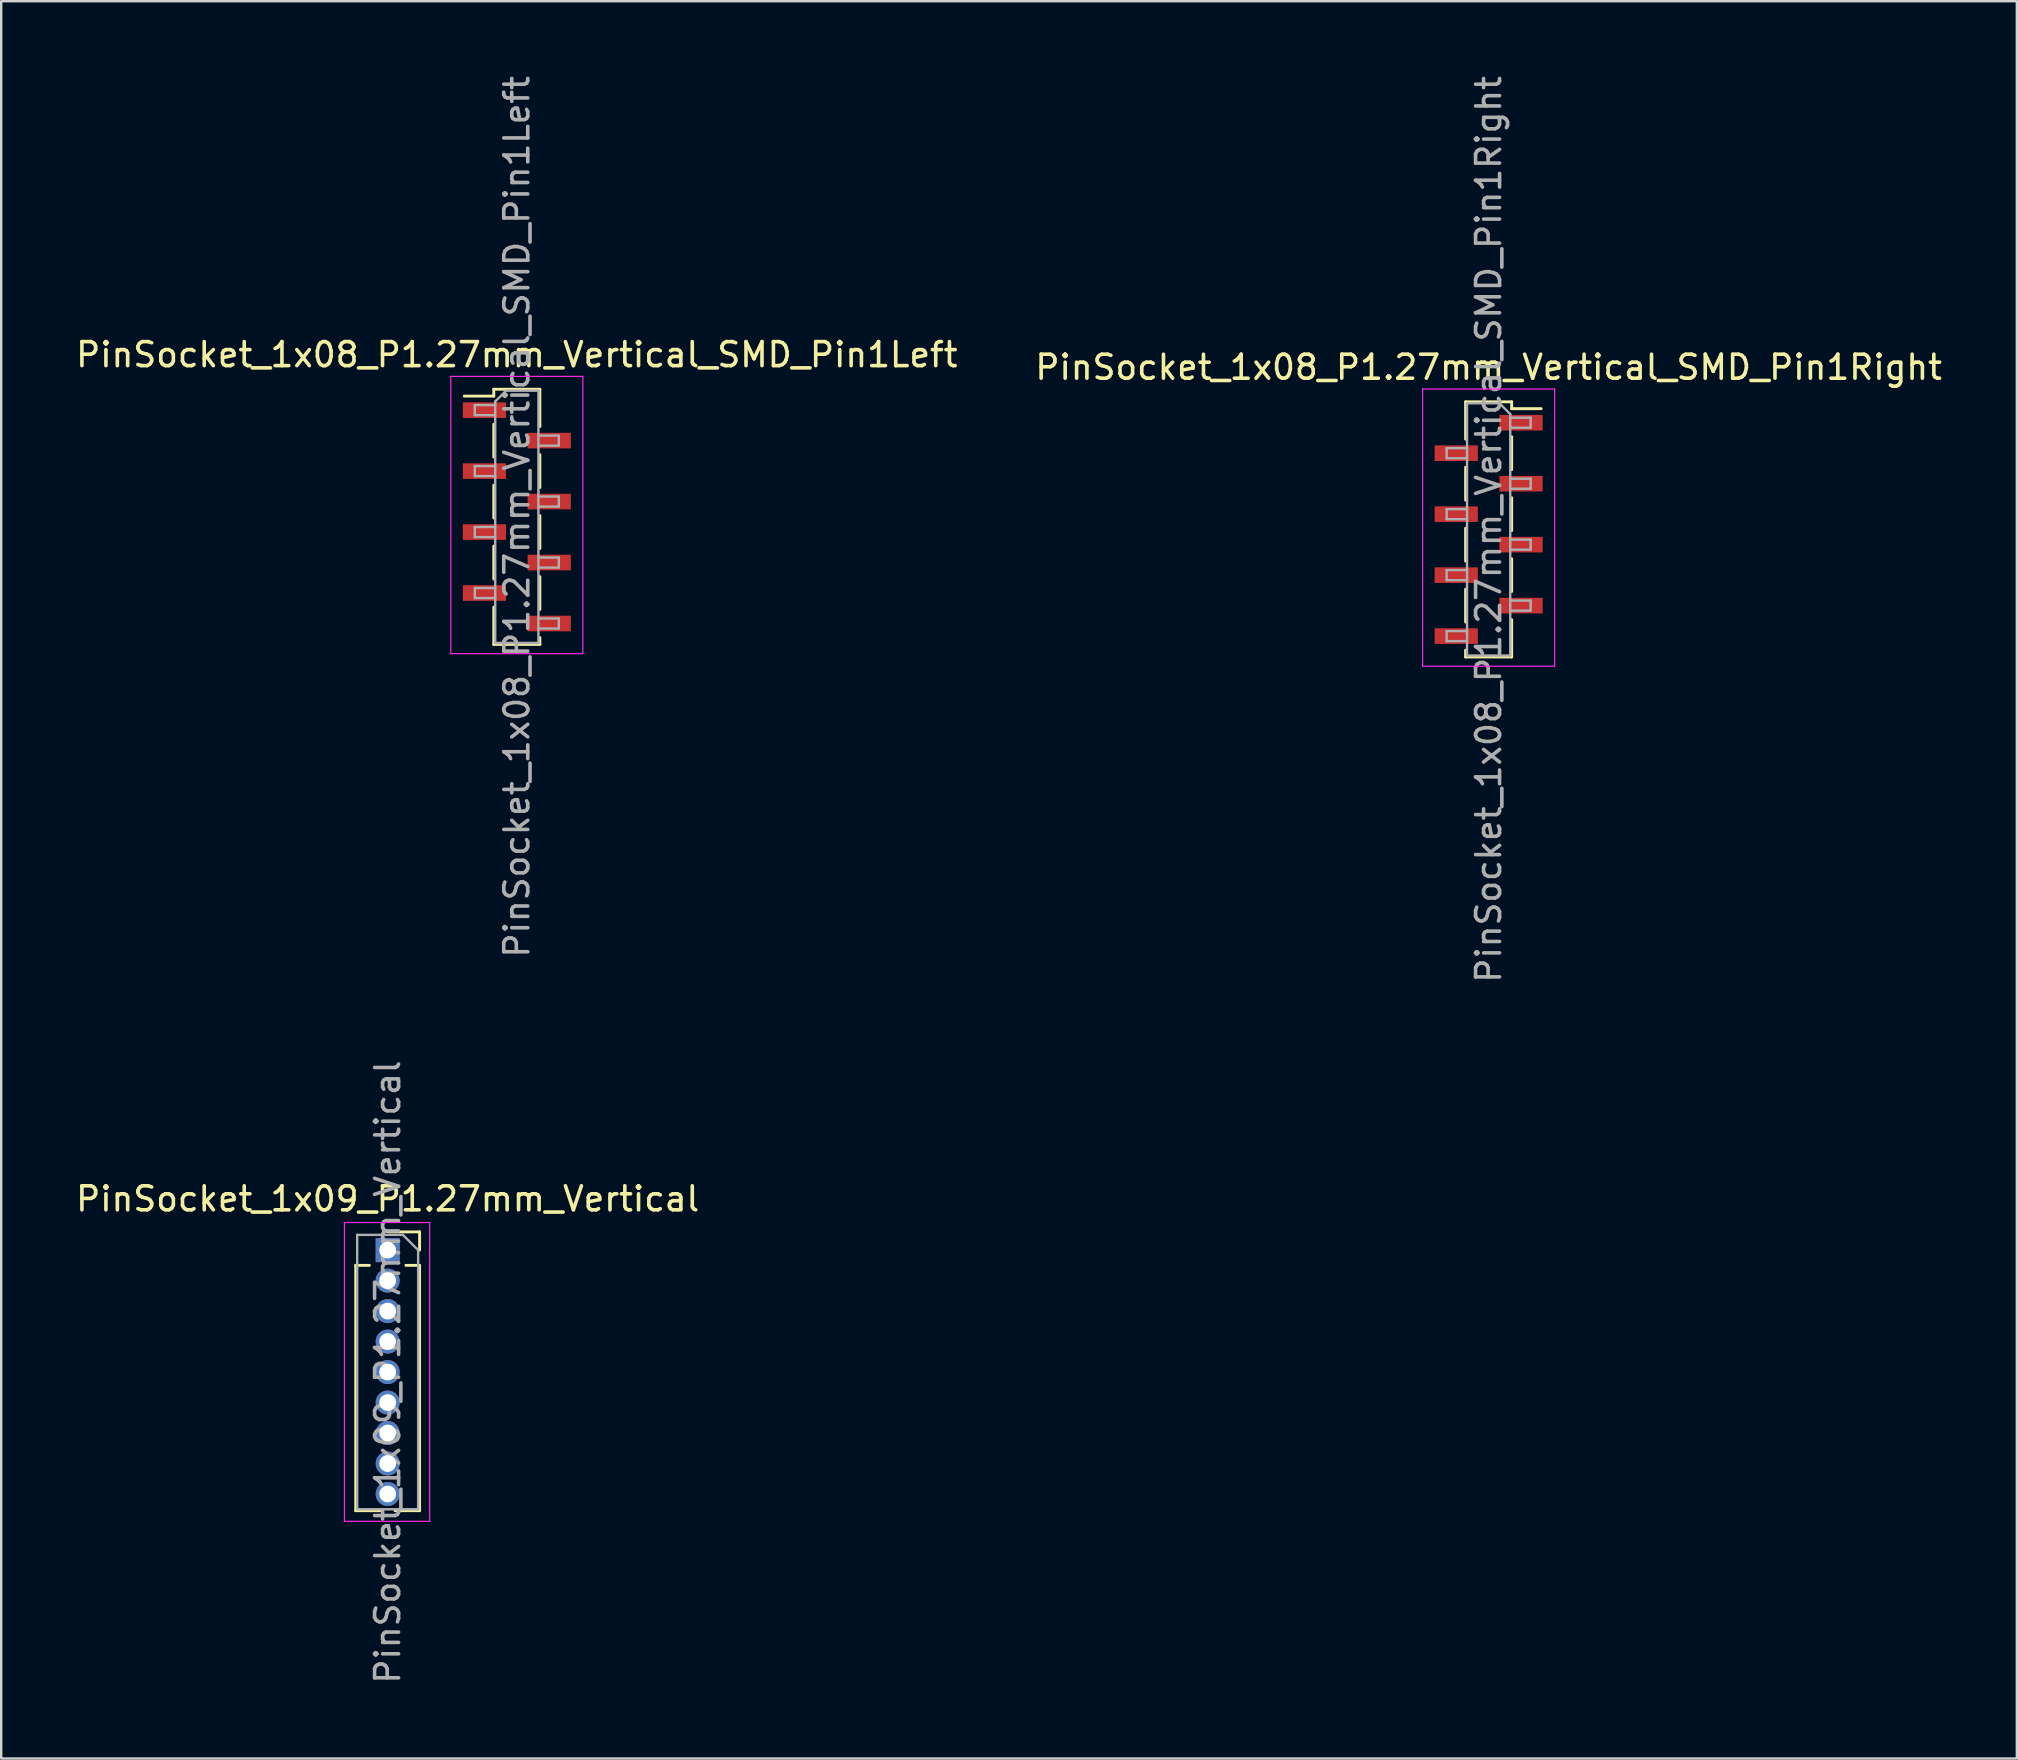
<source format=kicad_pcb>
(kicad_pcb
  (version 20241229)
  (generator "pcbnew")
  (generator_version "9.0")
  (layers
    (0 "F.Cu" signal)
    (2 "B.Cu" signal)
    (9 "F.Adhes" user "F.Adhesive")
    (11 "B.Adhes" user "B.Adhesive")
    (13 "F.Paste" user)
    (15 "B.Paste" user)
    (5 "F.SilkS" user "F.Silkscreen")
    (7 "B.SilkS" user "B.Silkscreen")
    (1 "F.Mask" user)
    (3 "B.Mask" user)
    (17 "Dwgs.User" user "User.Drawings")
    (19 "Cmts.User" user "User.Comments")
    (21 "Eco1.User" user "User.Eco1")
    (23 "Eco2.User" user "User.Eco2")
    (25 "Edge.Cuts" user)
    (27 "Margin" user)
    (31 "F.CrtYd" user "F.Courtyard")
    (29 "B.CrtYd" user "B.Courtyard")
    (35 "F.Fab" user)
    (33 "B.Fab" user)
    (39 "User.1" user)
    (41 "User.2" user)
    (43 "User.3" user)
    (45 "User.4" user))
  (footprint "PinSocket_1x08_P1.27mm_Vertical_SMD_Pin1Right"
    (layer "F.Cu")
    (at 58.97 19.006)
    (property "Reference" "PinSocket_1x08_P1.27mm_Vertical_SMD_Pin1Right" (at 0 -6.755 0) (layer "F.SilkS") (effects (font (size 1 1) (thickness 0.15))))
    (attr smd)
    (fp_line (start -0.96 -5.315) (end -0.96 -3.76) (stroke (width 0.12) (type solid)) (layer "F.SilkS"))
    (fp_line (start -0.96 -5.315) (end 0.96 -5.315) (stroke (width 0.12) (type solid)) (layer "F.SilkS"))
    (fp_line (start -0.96 -2.59) (end -0.96 -1.22) (stroke (width 0.12) (type solid)) (layer "F.SilkS"))
    (fp_line (start -0.96 -0.05) (end -0.96 1.32) (stroke (width 0.12) (type solid)) (layer "F.SilkS"))
    (fp_line (start -0.96 2.49) (end -0.96 3.86) (stroke (width 0.12) (type solid)) (layer "F.SilkS"))
    (fp_line (start -0.96 5.03) (end -0.96 5.315) (stroke (width 0.12) (type solid)) (layer "F.SilkS"))
    (fp_line (start -0.96 5.315) (end 0.96 5.315) (stroke (width 0.12) (type solid)) (layer "F.SilkS"))
    (fp_line (start 0.96 -5.315) (end 0.96 -5.03) (stroke (width 0.12) (type solid)) (layer "F.SilkS"))
    (fp_line (start 0.96 -5.03) (end 2.19 -5.03) (stroke (width 0.12) (type solid)) (layer "F.SilkS"))
    (fp_line (start 0.96 -3.86) (end 0.96 -2.49) (stroke (width 0.12) (type solid)) (layer "F.SilkS"))
    (fp_line (start 0.96 -1.32) (end 0.96 0.05) (stroke (width 0.12) (type solid)) (layer "F.SilkS"))
    (fp_line (start 0.96 1.22) (end 0.96 2.59) (stroke (width 0.12) (type solid)) (layer "F.SilkS"))
    (fp_line (start 0.96 3.76) (end 0.96 5.315) (stroke (width 0.12) (type solid)) (layer "F.SilkS"))
    (fp_line (start -2.75 -5.85) (end 2.75 -5.85) (stroke (width 0.05) (type solid)) (layer "F.CrtYd"))
    (fp_line (start -2.75 5.7) (end -2.75 -5.85) (stroke (width 0.05) (type solid)) (layer "F.CrtYd"))
    (fp_line (start 2.75 -5.85) (end 2.75 5.7) (stroke (width 0.05) (type solid)) (layer "F.CrtYd"))
    (fp_line (start 2.75 5.7) (end -2.75 5.7) (stroke (width 0.05) (type solid)) (layer "F.CrtYd"))
    (fp_line (start -1.75 -3.385) (end -0.9 -3.385) (stroke (width 0.1) (type solid)) (layer "F.Fab"))
    (fp_line (start -1.75 -2.965) (end -1.75 -3.385) (stroke (width 0.1) (type solid)) (layer "F.Fab"))
    (fp_line (start -1.75 -0.845) (end -0.9 -0.845) (stroke (width 0.1) (type solid)) (layer "F.Fab"))
    (fp_line (start -1.75 -0.425) (end -1.75 -0.845) (stroke (width 0.1) (type solid)) (layer "F.Fab"))
    (fp_line (start -1.75 1.695) (end -0.9 1.695) (stroke (width 0.1) (type solid)) (layer "F.Fab"))
    (fp_line (start -1.75 2.115) (end -1.75 1.695) (stroke (width 0.1) (type solid)) (layer "F.Fab"))
    (fp_line (start -1.75 4.235) (end -0.9 4.235) (stroke (width 0.1) (type solid)) (layer "F.Fab"))
    (fp_line (start -1.75 4.655) (end -1.75 4.235) (stroke (width 0.1) (type solid)) (layer "F.Fab"))
    (fp_line (start -0.9 -5.255) (end 0.45 -5.255) (stroke (width 0.1) (type solid)) (layer "F.Fab"))
    (fp_line (start -0.9 -2.965) (end -1.75 -2.965) (stroke (width 0.1) (type solid)) (layer "F.Fab"))
    (fp_line (start -0.9 -0.425) (end -1.75 -0.425) (stroke (width 0.1) (type solid)) (layer "F.Fab"))
    (fp_line (start -0.9 2.115) (end -1.75 2.115) (stroke (width 0.1) (type solid)) (layer "F.Fab"))
    (fp_line (start -0.9 4.655) (end -1.75 4.655) (stroke (width 0.1) (type solid)) (layer "F.Fab"))
    (fp_line (start -0.9 5.255) (end -0.9 -5.255) (stroke (width 0.1) (type solid)) (layer "F.Fab"))
    (fp_line (start 0.45 -5.255) (end 0.9 -4.805) (stroke (width 0.1) (type solid)) (layer "F.Fab"))
    (fp_line (start 0.9 -4.805) (end 0.9 5.255) (stroke (width 0.1) (type solid)) (layer "F.Fab"))
    (fp_line (start 0.9 -4.655) (end 1.75 -4.655) (stroke (width 0.1) (type solid)) (layer "F.Fab"))
    (fp_line (start 0.9 -2.115) (end 1.75 -2.115) (stroke (width 0.1) (type solid)) (layer "F.Fab"))
    (fp_line (start 0.9 0.425) (end 1.75 0.425) (stroke (width 0.1) (type solid)) (layer "F.Fab"))
    (fp_line (start 0.9 2.965) (end 1.75 2.965) (stroke (width 0.1) (type solid)) (layer "F.Fab"))
    (fp_line (start 0.9 5.255) (end -0.9 5.255) (stroke (width 0.1) (type solid)) (layer "F.Fab"))
    (fp_line (start 1.75 -4.655) (end 1.75 -4.235) (stroke (width 0.1) (type solid)) (layer "F.Fab"))
    (fp_line (start 1.75 -4.235) (end 0.9 -4.235) (stroke (width 0.1) (type solid)) (layer "F.Fab"))
    (fp_line (start 1.75 -2.115) (end 1.75 -1.695) (stroke (width 0.1) (type solid)) (layer "F.Fab"))
    (fp_line (start 1.75 -1.695) (end 0.9 -1.695) (stroke (width 0.1) (type solid)) (layer "F.Fab"))
    (fp_line (start 1.75 0.425) (end 1.75 0.845) (stroke (width 0.1) (type solid)) (layer "F.Fab"))
    (fp_line (start 1.75 0.845) (end 0.9 0.845) (stroke (width 0.1) (type solid)) (layer "F.Fab"))
    (fp_line (start 1.75 2.965) (end 1.75 3.385) (stroke (width 0.1) (type solid)) (layer "F.Fab"))
    (fp_line (start 1.75 3.385) (end 0.9 3.385) (stroke (width 0.1) (type solid)) (layer "F.Fab"))
    (fp_text user "${REFERENCE}" (at 0 0 90) (layer "F.Fab") (effects (font (size 1 1) (thickness 0.15))))
    (pad "1" smd rect (at 1.35 -4.445) (size 1.8 0.65) (layers "F.Cu" "F.Mask" "F.Paste"))
    (pad "2" smd rect (at -1.35 -3.175) (size 1.8 0.65) (layers "F.Cu" "F.Mask" "F.Paste"))
    (pad "3" smd rect (at 1.35 -1.905) (size 1.8 0.65) (layers "F.Cu" "F.Mask" "F.Paste"))
    (pad "4" smd rect (at -1.35 -0.635) (size 1.8 0.65) (layers "F.Cu" "F.Mask" "F.Paste"))
    (pad "5" smd rect (at 1.35 0.635) (size 1.8 0.65) (layers "F.Cu" "F.Mask" "F.Paste"))
    (pad "6" smd rect (at -1.35 1.905) (size 1.8 0.65) (layers "F.Cu" "F.Mask" "F.Paste"))
    (pad "7" smd rect (at 1.35 3.175) (size 1.8 0.65) (layers "F.Cu" "F.Mask" "F.Paste"))
    (pad "8" smd rect (at -1.35 4.445) (size 1.8 0.65) (layers "F.Cu" "F.Mask" "F.Paste")))
  (footprint "PinSocket_1x09_P1.27mm_Vertical"
    (layer "F.Cu")
    (at 13.101 49.033)
    (property "Reference" "PinSocket_1x09_P1.27mm_Vertical" (at 0 -2.135 0) (layer "F.SilkS") (effects (font (size 1 1) (thickness 0.15))))
    (attr through_hole)
    (fp_line (start -1.33 0.635) (end -1.33 10.855) (stroke (width 0.12) (type solid)) (layer "F.SilkS"))
    (fp_line (start -1.33 0.635) (end -0.76 0.635) (stroke (width 0.12) (type solid)) (layer "F.SilkS"))
    (fp_line (start -1.33 10.855) (end -0.308 10.855) (stroke (width 0.12) (type solid)) (layer "F.SilkS"))
    (fp_line (start 0 -0.76) (end 1.33 -0.76) (stroke (width 0.12) (type solid)) (layer "F.SilkS"))
    (fp_line (start 0.308 10.855) (end 1.33 10.855) (stroke (width 0.12) (type solid)) (layer "F.SilkS"))
    (fp_line (start 0.76 0.635) (end 1.33 0.635) (stroke (width 0.12) (type solid)) (layer "F.SilkS"))
    (fp_line (start 1.33 -0.76) (end 1.33 0) (stroke (width 0.12) (type solid)) (layer "F.SilkS"))
    (fp_line (start 1.33 0.635) (end 1.33 10.855) (stroke (width 0.12) (type solid)) (layer "F.SilkS"))
    (fp_line (start -1.8 -1.15) (end 1.75 -1.15) (stroke (width 0.05) (type solid)) (layer "F.CrtYd"))
    (fp_line (start -1.8 11.3) (end -1.8 -1.15) (stroke (width 0.05) (type solid)) (layer "F.CrtYd"))
    (fp_line (start 1.75 -1.15) (end 1.75 11.3) (stroke (width 0.05) (type solid)) (layer "F.CrtYd"))
    (fp_line (start 1.75 11.3) (end -1.8 11.3) (stroke (width 0.05) (type solid)) (layer "F.CrtYd"))
    (fp_line (start -1.27 -0.635) (end 0.635 -0.635) (stroke (width 0.1) (type solid)) (layer "F.Fab"))
    (fp_line (start -1.27 10.795) (end -1.27 -0.635) (stroke (width 0.1) (type solid)) (layer "F.Fab"))
    (fp_line (start 0.635 -0.635) (end 1.27 0) (stroke (width 0.1) (type solid)) (layer "F.Fab"))
    (fp_line (start 1.27 0) (end 1.27 10.795) (stroke (width 0.1) (type solid)) (layer "F.Fab"))
    (fp_line (start 1.27 10.795) (end -1.27 10.795) (stroke (width 0.1) (type solid)) (layer "F.Fab"))
    (fp_text user "${REFERENCE}" (at 0 5.08 90) (layer "F.Fab") (effects (font (size 1 1) (thickness 0.15))))
    (pad "1" thru_hole rect (at 0 0) (size 1 1) (drill 0.7) (layers "*.Cu" "*.Mask"))
    (pad "2" thru_hole oval (at 0 1.27) (size 1 1) (drill 0.7) (layers "*.Cu" "*.Mask"))
    (pad "3" thru_hole oval (at 0 2.54) (size 1 1) (drill 0.7) (layers "*.Cu" "*.Mask"))
    (pad "4" thru_hole oval (at 0 3.81) (size 1 1) (drill 0.7) (layers "*.Cu" "*.Mask"))
    (pad "5" thru_hole oval (at 0 5.08) (size 1 1) (drill 0.7) (layers "*.Cu" "*.Mask"))
    (pad "6" thru_hole oval (at 0 6.35) (size 1 1) (drill 0.7) (layers "*.Cu" "*.Mask"))
    (pad "7" thru_hole oval (at 0 7.62) (size 1 1) (drill 0.7) (layers "*.Cu" "*.Mask"))
    (pad "8" thru_hole oval (at 0 8.89) (size 1 1) (drill 0.7) (layers "*.Cu" "*.Mask"))
    (pad "9" thru_hole oval (at 0 10.16) (size 1 1) (drill 0.7) (layers "*.Cu" "*.Mask")))
  (footprint "PinSocket_1x08_P1.27mm_Vertical_SMD_Pin1Left"
    (layer "F.Cu")
    (at 18.482 18.482)
    (property "Reference" "PinSocket_1x08_P1.27mm_Vertical_SMD_Pin1Left" (at 0 -6.755 0) (layer "F.SilkS") (effects (font (size 1 1) (thickness 0.15))))
    (attr smd)
    (fp_line (start -2.19 -5.03) (end -0.96 -5.03) (stroke (width 0.12) (type solid)) (layer "F.SilkS"))
    (fp_line (start -0.96 -5.315) (end -0.96 -5.03) (stroke (width 0.12) (type solid)) (layer "F.SilkS"))
    (fp_line (start -0.96 -5.315) (end 0.96 -5.315) (stroke (width 0.12) (type solid)) (layer "F.SilkS"))
    (fp_line (start -0.96 -3.86) (end -0.96 -2.49) (stroke (width 0.12) (type solid)) (layer "F.SilkS"))
    (fp_line (start -0.96 -1.32) (end -0.96 0.05) (stroke (width 0.12) (type solid)) (layer "F.SilkS"))
    (fp_line (start -0.96 1.22) (end -0.96 2.59) (stroke (width 0.12) (type solid)) (layer "F.SilkS"))
    (fp_line (start -0.96 3.76) (end -0.96 5.315) (stroke (width 0.12) (type solid)) (layer "F.SilkS"))
    (fp_line (start -0.96 5.315) (end 0.96 5.315) (stroke (width 0.12) (type solid)) (layer "F.SilkS"))
    (fp_line (start 0.96 -5.315) (end 0.96 -3.76) (stroke (width 0.12) (type solid)) (layer "F.SilkS"))
    (fp_line (start 0.96 -2.59) (end 0.96 -1.22) (stroke (width 0.12) (type solid)) (layer "F.SilkS"))
    (fp_line (start 0.96 -0.05) (end 0.96 1.32) (stroke (width 0.12) (type solid)) (layer "F.SilkS"))
    (fp_line (start 0.96 2.49) (end 0.96 3.86) (stroke (width 0.12) (type solid)) (layer "F.SilkS"))
    (fp_line (start 0.96 5.03) (end 0.96 5.315) (stroke (width 0.12) (type solid)) (layer "F.SilkS"))
    (fp_line (start -2.75 -5.85) (end 2.75 -5.85) (stroke (width 0.05) (type solid)) (layer "F.CrtYd"))
    (fp_line (start -2.75 5.7) (end -2.75 -5.85) (stroke (width 0.05) (type solid)) (layer "F.CrtYd"))
    (fp_line (start 2.75 -5.85) (end 2.75 5.7) (stroke (width 0.05) (type solid)) (layer "F.CrtYd"))
    (fp_line (start 2.75 5.7) (end -2.75 5.7) (stroke (width 0.05) (type solid)) (layer "F.CrtYd"))
    (fp_line (start -1.75 -4.655) (end -0.9 -4.655) (stroke (width 0.1) (type solid)) (layer "F.Fab"))
    (fp_line (start -1.75 -4.235) (end -1.75 -4.655) (stroke (width 0.1) (type solid)) (layer "F.Fab"))
    (fp_line (start -1.75 -2.115) (end -0.9 -2.115) (stroke (width 0.1) (type solid)) (layer "F.Fab"))
    (fp_line (start -1.75 -1.695) (end -1.75 -2.115) (stroke (width 0.1) (type solid)) (layer "F.Fab"))
    (fp_line (start -1.75 0.425) (end -0.9 0.425) (stroke (width 0.1) (type solid)) (layer "F.Fab"))
    (fp_line (start -1.75 0.845) (end -1.75 0.425) (stroke (width 0.1) (type solid)) (layer "F.Fab"))
    (fp_line (start -1.75 2.965) (end -0.9 2.965) (stroke (width 0.1) (type solid)) (layer "F.Fab"))
    (fp_line (start -1.75 3.385) (end -1.75 2.965) (stroke (width 0.1) (type solid)) (layer "F.Fab"))
    (fp_line (start -0.9 -4.805) (end -0.45 -5.255) (stroke (width 0.1) (type solid)) (layer "F.Fab"))
    (fp_line (start -0.9 -4.235) (end -1.75 -4.235) (stroke (width 0.1) (type solid)) (layer "F.Fab"))
    (fp_line (start -0.9 -1.695) (end -1.75 -1.695) (stroke (width 0.1) (type solid)) (layer "F.Fab"))
    (fp_line (start -0.9 0.845) (end -1.75 0.845) (stroke (width 0.1) (type solid)) (layer "F.Fab"))
    (fp_line (start -0.9 3.385) (end -1.75 3.385) (stroke (width 0.1) (type solid)) (layer "F.Fab"))
    (fp_line (start -0.9 5.255) (end -0.9 -4.805) (stroke (width 0.1) (type solid)) (layer "F.Fab"))
    (fp_line (start -0.45 -5.255) (end 0.9 -5.255) (stroke (width 0.1) (type solid)) (layer "F.Fab"))
    (fp_line (start 0.9 -5.255) (end 0.9 5.255) (stroke (width 0.1) (type solid)) (layer "F.Fab"))
    (fp_line (start 0.9 -3.385) (end 1.75 -3.385) (stroke (width 0.1) (type solid)) (layer "F.Fab"))
    (fp_line (start 0.9 -0.845) (end 1.75 -0.845) (stroke (width 0.1) (type solid)) (layer "F.Fab"))
    (fp_line (start 0.9 1.695) (end 1.75 1.695) (stroke (width 0.1) (type solid)) (layer "F.Fab"))
    (fp_line (start 0.9 4.235) (end 1.75 4.235) (stroke (width 0.1) (type solid)) (layer "F.Fab"))
    (fp_line (start 0.9 5.255) (end -0.9 5.255) (stroke (width 0.1) (type solid)) (layer "F.Fab"))
    (fp_line (start 1.75 -3.385) (end 1.75 -2.965) (stroke (width 0.1) (type solid)) (layer "F.Fab"))
    (fp_line (start 1.75 -2.965) (end 0.9 -2.965) (stroke (width 0.1) (type solid)) (layer "F.Fab"))
    (fp_line (start 1.75 -0.845) (end 1.75 -0.425) (stroke (width 0.1) (type solid)) (layer "F.Fab"))
    (fp_line (start 1.75 -0.425) (end 0.9 -0.425) (stroke (width 0.1) (type solid)) (layer "F.Fab"))
    (fp_line (start 1.75 1.695) (end 1.75 2.115) (stroke (width 0.1) (type solid)) (layer "F.Fab"))
    (fp_line (start 1.75 2.115) (end 0.9 2.115) (stroke (width 0.1) (type solid)) (layer "F.Fab"))
    (fp_line (start 1.75 4.235) (end 1.75 4.655) (stroke (width 0.1) (type solid)) (layer "F.Fab"))
    (fp_line (start 1.75 4.655) (end 0.9 4.655) (stroke (width 0.1) (type solid)) (layer "F.Fab"))
    (fp_text user "${REFERENCE}" (at 0 0 90) (layer "F.Fab") (effects (font (size 1 1) (thickness 0.15))))
    (pad "1" smd rect (at -1.35 -4.445) (size 1.8 0.65) (layers "F.Cu" "F.Mask" "F.Paste"))
    (pad "2" smd rect (at 1.35 -3.175) (size 1.8 0.65) (layers "F.Cu" "F.Mask" "F.Paste"))
    (pad "3" smd rect (at -1.35 -1.905) (size 1.8 0.65) (layers "F.Cu" "F.Mask" "F.Paste"))
    (pad "4" smd rect (at 1.35 -0.635) (size 1.8 0.65) (layers "F.Cu" "F.Mask" "F.Paste"))
    (pad "5" smd rect (at -1.35 0.635) (size 1.8 0.65) (layers "F.Cu" "F.Mask" "F.Paste"))
    (pad "6" smd rect (at 1.35 1.905) (size 1.8 0.65) (layers "F.Cu" "F.Mask" "F.Paste"))
    (pad "7" smd rect (at -1.35 3.175) (size 1.8 0.65) (layers "F.Cu" "F.Mask" "F.Paste"))
    (pad "8" smd rect (at 1.35 4.445) (size 1.8 0.65) (layers "F.Cu" "F.Mask" "F.Paste")))
  (gr_rect
    (start -3 -3)
    (end 80.976 70.214)
    (stroke (width 0.1) (type default))
    (fill no)
    (layer "Edge.Cuts")))
</source>
